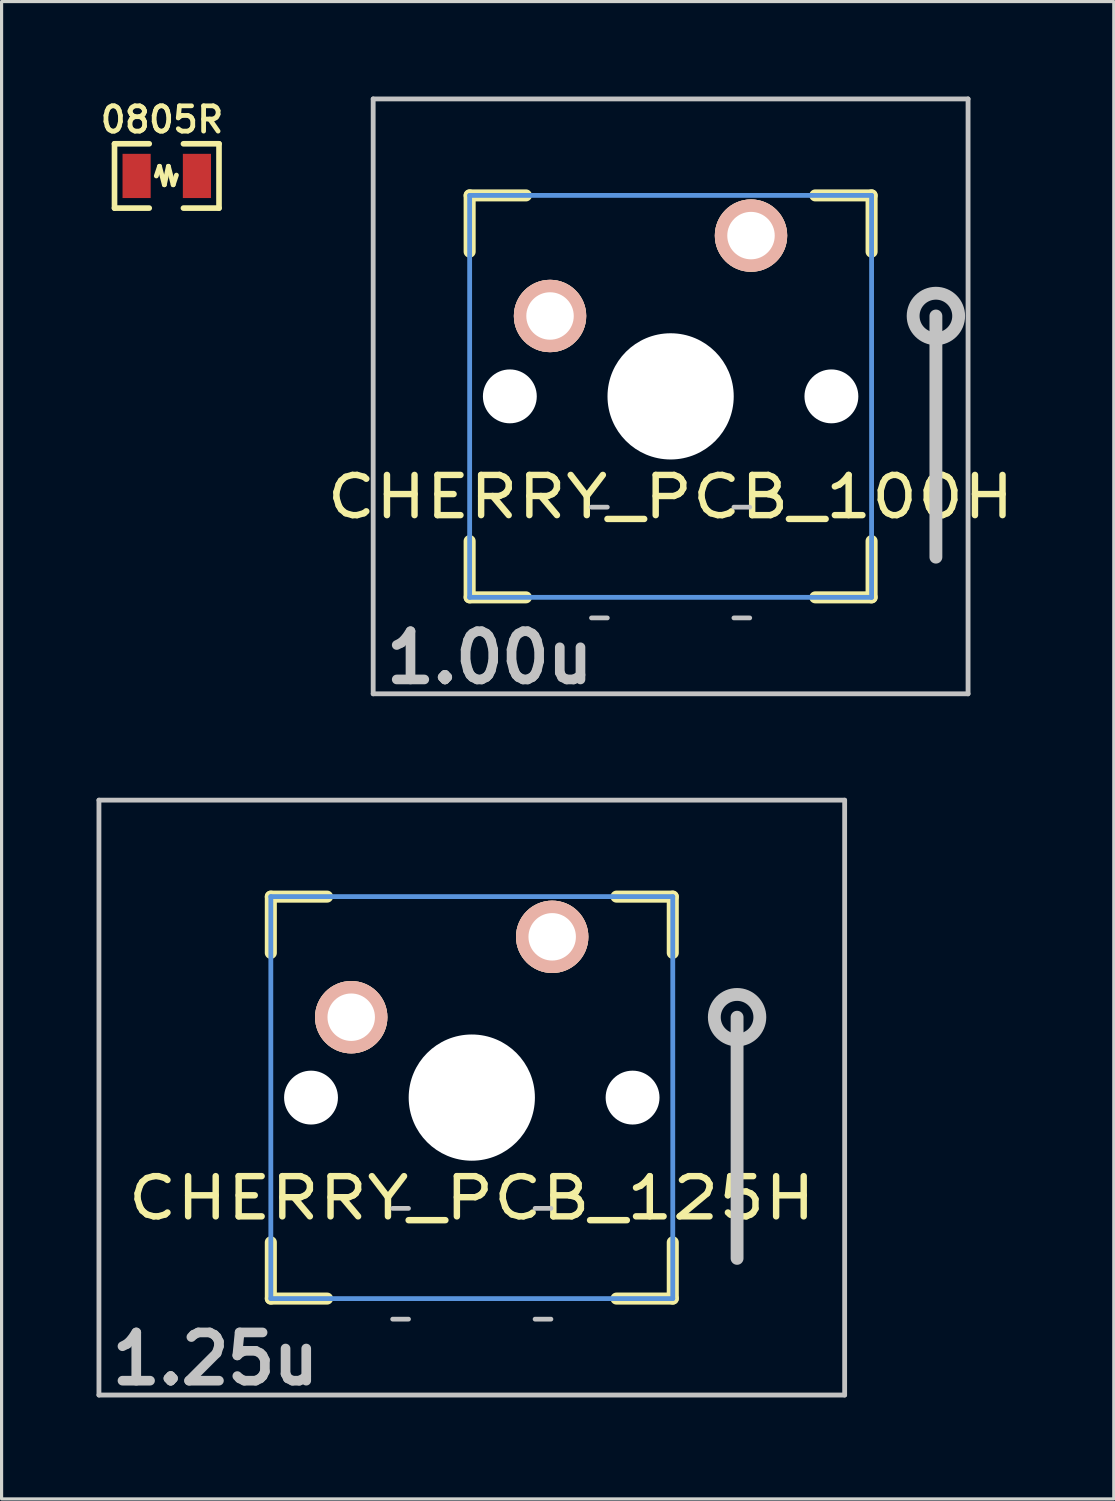
<source format=kicad_pcb>
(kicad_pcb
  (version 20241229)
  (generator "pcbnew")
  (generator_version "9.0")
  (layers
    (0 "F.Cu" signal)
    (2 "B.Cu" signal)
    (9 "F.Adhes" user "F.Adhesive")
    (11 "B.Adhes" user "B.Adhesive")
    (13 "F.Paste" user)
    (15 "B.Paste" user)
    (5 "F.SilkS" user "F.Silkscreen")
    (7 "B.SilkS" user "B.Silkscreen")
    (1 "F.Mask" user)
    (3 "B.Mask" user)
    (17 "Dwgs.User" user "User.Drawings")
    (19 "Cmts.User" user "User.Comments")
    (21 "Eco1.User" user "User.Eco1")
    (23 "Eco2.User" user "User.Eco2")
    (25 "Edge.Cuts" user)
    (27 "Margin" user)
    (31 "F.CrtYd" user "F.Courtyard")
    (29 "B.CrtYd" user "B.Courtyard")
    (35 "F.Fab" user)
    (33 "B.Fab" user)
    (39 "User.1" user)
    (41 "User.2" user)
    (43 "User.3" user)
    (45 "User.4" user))
  (footprint "0805R"
    (layer "F.Cu")
    (at 2.219 2.509)
    (property "Reference" "0805R" (at -0.15 -1.778 180) (layer "F.SilkS") (effects (font (size 0.8 0.8) (thickness 0.15))))
    (attr smd)
    (fp_line (start -1.651 -1.016) (end -1.651 1.016) (stroke (width 0.178) (type solid)) (layer "F.SilkS"))
    (fp_line (start -1.651 1.016) (end -0.554 1.016) (stroke (width 0.178) (type solid)) (layer "F.SilkS"))
    (fp_line (start -0.554 -1.016) (end -1.651 -1.016) (stroke (width 0.178) (type solid)) (layer "F.SilkS"))
    (fp_line (start -0.33 0) (end -0.229 -0.305) (stroke (width 0.152) (type solid)) (layer "F.SilkS"))
    (fp_line (start -0.229 -0.305) (end -0.076 0.279) (stroke (width 0.152) (type solid)) (layer "F.SilkS"))
    (fp_line (start -0.076 0.279) (end 0.051 -0.305) (stroke (width 0.152) (type solid)) (layer "F.SilkS"))
    (fp_line (start 0.051 -0.305) (end 0.203 0.279) (stroke (width 0.152) (type solid)) (layer "F.SilkS"))
    (fp_line (start 0.203 0.279) (end 0.305 -0.025) (stroke (width 0.152) (type solid)) (layer "F.SilkS"))
    (fp_line (start 0.527 -1.016) (end 1.651 -1.016) (stroke (width 0.178) (type solid)) (layer "F.SilkS"))
    (fp_line (start 1.651 -1.016) (end 1.651 1.016) (stroke (width 0.178) (type solid)) (layer "F.SilkS"))
    (fp_line (start 1.651 1.016) (end 0.527 1.016) (stroke (width 0.178) (type solid)) (layer "F.SilkS"))
    (pad "1" smd rect (at -0.953 0) (size 0.889 1.397) (layers "F.Cu" "F.Mask" "F.Paste"))
    (pad "2" smd rect (at 0.953 0) (size 0.889 1.397) (layers "F.Cu" "F.Mask" "F.Paste")))
  (footprint "CHERRY_PCB_125H"
    (layer "F.Cu")
    (at 11.857 31.63)
    (property "Reference" "CHERRY_PCB_125H" (at 0 3.175 0) (layer "F.SilkS") (effects (font (size 1.27 1.524) (thickness 0.203))))
    (attr through_hole)
    (fp_line (start -6.35 -6.35) (end -4.572 -6.35) (stroke (width 0.381) (type solid)) (layer "F.SilkS"))
    (fp_line (start -6.35 -4.572) (end -6.35 -6.35) (stroke (width 0.381) (type solid)) (layer "F.SilkS"))
    (fp_line (start -6.35 6.35) (end -6.35 4.572) (stroke (width 0.381) (type solid)) (layer "F.SilkS"))
    (fp_line (start -4.572 6.35) (end -6.35 6.35) (stroke (width 0.381) (type solid)) (layer "F.SilkS"))
    (fp_line (start 4.572 -6.35) (end 6.35 -6.35) (stroke (width 0.381) (type solid)) (layer "F.SilkS"))
    (fp_line (start 6.35 -6.35) (end 6.35 -4.572) (stroke (width 0.381) (type solid)) (layer "F.SilkS"))
    (fp_line (start 6.35 4.572) (end 6.35 6.35) (stroke (width 0.381) (type solid)) (layer "F.SilkS"))
    (fp_line (start 6.35 6.35) (end 4.572 6.35) (stroke (width 0.381) (type solid)) (layer "F.SilkS"))
    (fp_line (start -11.781 -9.398) (end 11.781 -9.398) (stroke (width 0.152) (type solid)) (layer "Dwgs.User"))
    (fp_line (start -11.781 9.398) (end -11.781 -9.398) (stroke (width 0.152) (type solid)) (layer "Dwgs.User"))
    (fp_line (start -2.5 3.5) (end -2 3.5) (stroke (width 0.15) (type solid)) (layer "Dwgs.User"))
    (fp_line (start -2.5 7) (end -2 7) (stroke (width 0.15) (type solid)) (layer "Dwgs.User"))
    (fp_line (start 2 3.5) (end 2.5 3.5) (stroke (width 0.15) (type solid)) (layer "Dwgs.User"))
    (fp_line (start 2 7) (end 2.5 7) (stroke (width 0.15) (type solid)) (layer "Dwgs.User"))
    (fp_line (start 8.382 -2.54) (end 8.382 5.08) (stroke (width 0.406) (type solid)) (layer "Dwgs.User"))
    (fp_line (start 11.781 -9.398) (end 11.781 9.398) (stroke (width 0.152) (type solid)) (layer "Dwgs.User"))
    (fp_line (start 11.781 9.398) (end -11.781 9.398) (stroke (width 0.152) (type solid)) (layer "Dwgs.User"))
    (fp_circle (center 8.382 -2.54) (end 8.992 -2.921) (stroke (width 0.406) (type solid)) (fill no) (layer "Dwgs.User"))
    (fp_line (start -6.35 -6.35) (end 6.35 -6.35) (stroke (width 0.152) (type solid)) (layer "Cmts.User"))
    (fp_line (start -6.35 6.35) (end -6.35 -6.35) (stroke (width 0.152) (type solid)) (layer "Cmts.User"))
    (fp_line (start 6.35 -6.35) (end 6.35 6.35) (stroke (width 0.152) (type solid)) (layer "Cmts.User"))
    (fp_line (start 6.35 6.35) (end -6.35 6.35) (stroke (width 0.152) (type solid)) (layer "Cmts.User"))
    (fp_line (start -6.985 -6.985) (end 6.985 -6.985) (stroke (width 0.152) (type solid)) (layer "Eco2.User"))
    (fp_line (start -6.985 6.985) (end -6.985 -6.985) (stroke (width 0.152) (type solid)) (layer "Eco2.User"))
    (fp_line (start 6.985 -6.985) (end 6.985 6.985) (stroke (width 0.152) (type solid)) (layer "Eco2.User"))
    (fp_line (start 6.985 6.985) (end -6.985 6.985) (stroke (width 0.152) (type solid)) (layer "Eco2.User"))
    (fp_text user "1.25u" (at -8.098 8.255 0) (layer "Dwgs.User") (effects (font (size 1.524 1.524) (thickness 0.305))))
    (pad "" np_thru_hole circle (at -5.08 0) (size 1.702 1.702) (drill 1.702) (layers "*.Cu"))
    (pad "" np_thru_hole circle (at 0 0) (size 3.988 3.988) (drill 3.988) (layers "*.Cu"))
    (pad "" np_thru_hole circle (at 5.08 0) (size 1.702 1.702) (drill 1.702) (layers "*.Cu"))
    (pad "1" thru_hole circle (at 2.54 -5.08) (size 2.286 2.286) (drill 1.499) (layers "*.Cu" "*.SilkS" "*.Mask"))
    (pad "2" thru_hole circle (at -3.81 -2.54) (size 2.286 2.286) (drill 1.499) (layers "*.Cu" "*.SilkS" "*.Mask")))
  (footprint "CHERRY_PCB_100H"
    (layer "F.Cu")
    (at 18.139 9.474)
    (property "Reference" "CHERRY_PCB_100H" (at 0 3.175 0) (layer "F.SilkS") (effects (font (size 1.27 1.524) (thickness 0.203))))
    (attr through_hole)
    (fp_line (start -6.35 -6.35) (end -4.572 -6.35) (stroke (width 0.381) (type solid)) (layer "F.SilkS"))
    (fp_line (start -6.35 -4.572) (end -6.35 -6.35) (stroke (width 0.381) (type solid)) (layer "F.SilkS"))
    (fp_line (start -6.35 6.35) (end -6.35 4.572) (stroke (width 0.381) (type solid)) (layer "F.SilkS"))
    (fp_line (start -4.572 6.35) (end -6.35 6.35) (stroke (width 0.381) (type solid)) (layer "F.SilkS"))
    (fp_line (start 4.572 -6.35) (end 6.35 -6.35) (stroke (width 0.381) (type solid)) (layer "F.SilkS"))
    (fp_line (start 6.35 -6.35) (end 6.35 -4.572) (stroke (width 0.381) (type solid)) (layer "F.SilkS"))
    (fp_line (start 6.35 4.572) (end 6.35 6.35) (stroke (width 0.381) (type solid)) (layer "F.SilkS"))
    (fp_line (start 6.35 6.35) (end 4.572 6.35) (stroke (width 0.381) (type solid)) (layer "F.SilkS"))
    (fp_line (start -9.398 -9.398) (end 9.398 -9.398) (stroke (width 0.152) (type solid)) (layer "Dwgs.User"))
    (fp_line (start -9.398 9.398) (end -9.398 -9.398) (stroke (width 0.152) (type solid)) (layer "Dwgs.User"))
    (fp_line (start -2.5 3.5) (end -2 3.5) (stroke (width 0.15) (type solid)) (layer "Dwgs.User"))
    (fp_line (start -2.5 7) (end -2 7) (stroke (width 0.15) (type solid)) (layer "Dwgs.User"))
    (fp_line (start 2 3.5) (end 2.5 3.5) (stroke (width 0.15) (type solid)) (layer "Dwgs.User"))
    (fp_line (start 2 7) (end 2.5 7) (stroke (width 0.15) (type solid)) (layer "Dwgs.User"))
    (fp_line (start 8.382 -2.54) (end 8.382 5.08) (stroke (width 0.406) (type solid)) (layer "Dwgs.User"))
    (fp_line (start 9.398 -9.398) (end 9.398 9.398) (stroke (width 0.152) (type solid)) (layer "Dwgs.User"))
    (fp_line (start 9.398 9.398) (end -9.398 9.398) (stroke (width 0.152) (type solid)) (layer "Dwgs.User"))
    (fp_circle (center 8.382 -2.54) (end 8.992 -2.921) (stroke (width 0.406) (type solid)) (fill no) (layer "Dwgs.User"))
    (fp_line (start -6.35 -6.35) (end 6.35 -6.35) (stroke (width 0.152) (type solid)) (layer "Cmts.User"))
    (fp_line (start -6.35 6.35) (end -6.35 -6.35) (stroke (width 0.152) (type solid)) (layer "Cmts.User"))
    (fp_line (start 6.35 -6.35) (end 6.35 6.35) (stroke (width 0.152) (type solid)) (layer "Cmts.User"))
    (fp_line (start 6.35 6.35) (end -6.35 6.35) (stroke (width 0.152) (type solid)) (layer "Cmts.User"))
    (fp_line (start -6.985 -6.985) (end 6.985 -6.985) (stroke (width 0.152) (type solid)) (layer "Eco2.User"))
    (fp_line (start -6.985 6.985) (end -6.985 -6.985) (stroke (width 0.152) (type solid)) (layer "Eco2.User"))
    (fp_line (start 6.985 -6.985) (end 6.985 6.985) (stroke (width 0.152) (type solid)) (layer "Eco2.User"))
    (fp_line (start 6.985 6.985) (end -6.985 6.985) (stroke (width 0.152) (type solid)) (layer "Eco2.User"))
    (fp_text user "1.00u" (at -5.715 8.255 0) (layer "Dwgs.User") (effects (font (size 1.524 1.524) (thickness 0.305))))
    (pad "" np_thru_hole circle (at -5.08 0) (size 1.702 1.702) (drill 1.702) (layers "*.Cu"))
    (pad "" np_thru_hole circle (at 0 0) (size 3.988 3.988) (drill 3.988) (layers "*.Cu"))
    (pad "" np_thru_hole circle (at 5.08 0) (size 1.702 1.702) (drill 1.702) (layers "*.Cu"))
    (pad "1" thru_hole circle (at 2.54 -5.08) (size 2.286 2.286) (drill 1.499) (layers "*.Cu" "*.SilkS" "*.Mask"))
    (pad "2" thru_hole circle (at -3.81 -2.54) (size 2.286 2.286) (drill 1.499) (layers "*.Cu" "*.SilkS" "*.Mask")))
  (gr_rect
    (start -3 -3)
    (end 32.141 44.311)
    (stroke (width 0.1) (type default))
    (fill no)
    (layer "Edge.Cuts")))
</source>
